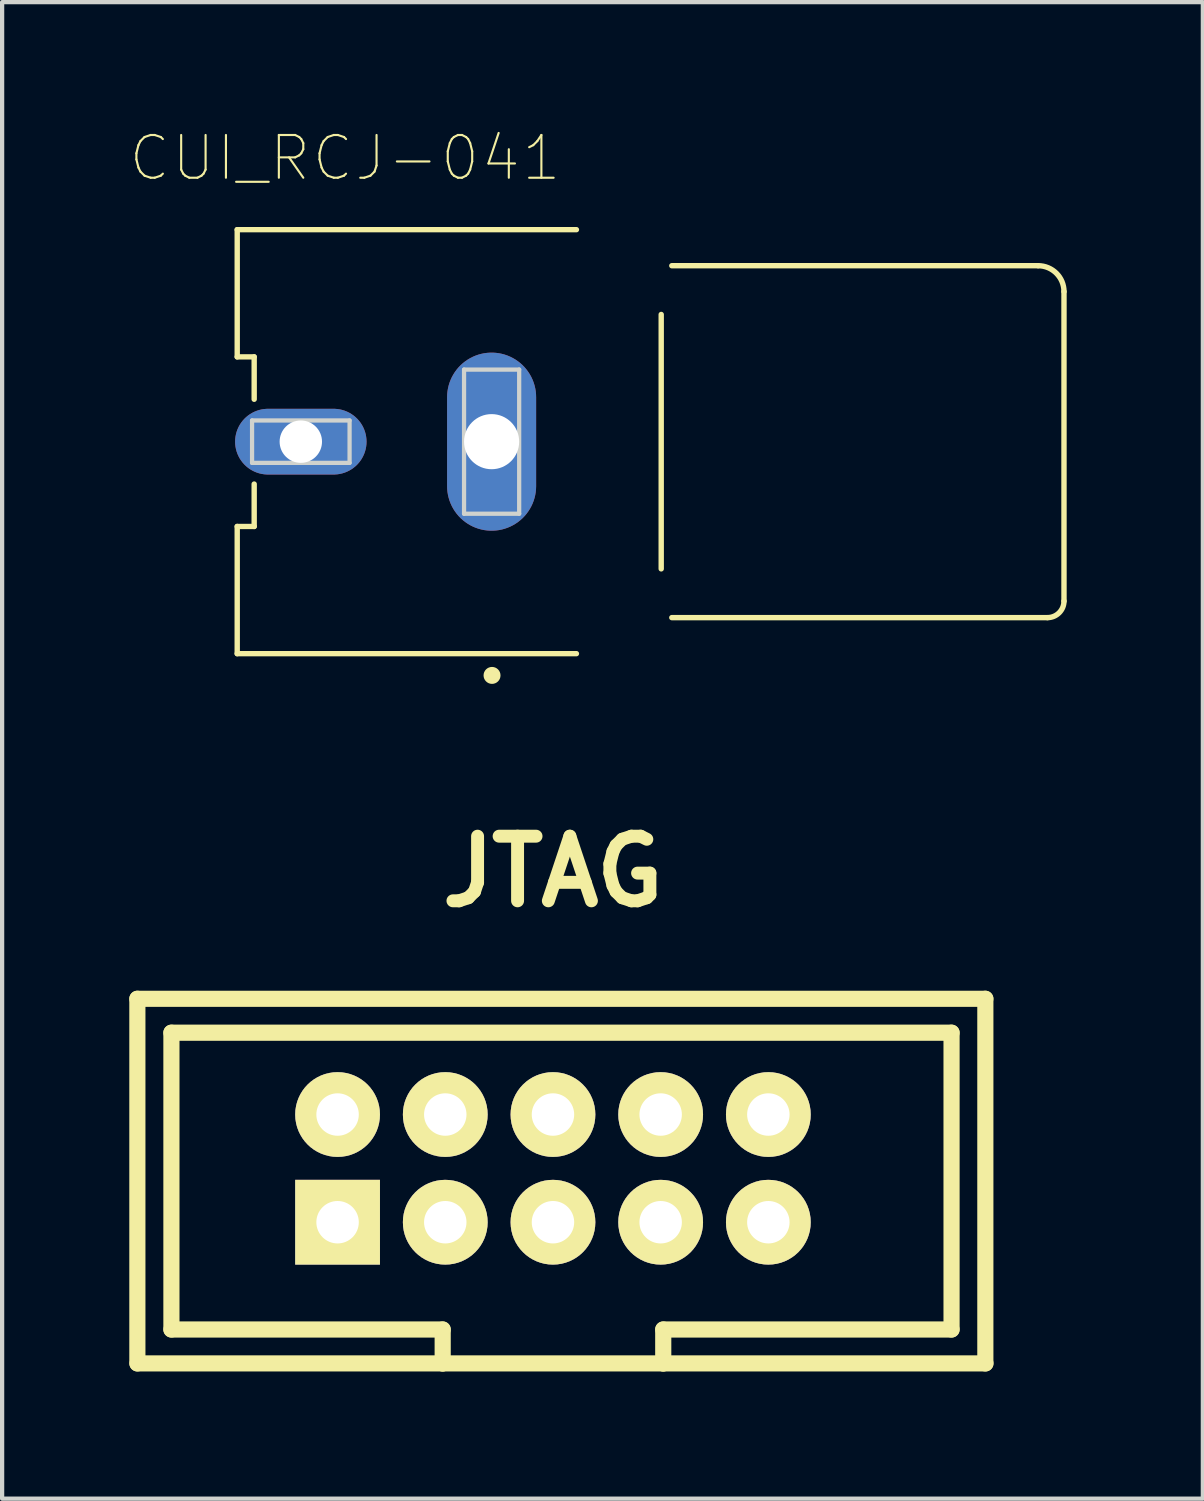
<source format=kicad_pcb>
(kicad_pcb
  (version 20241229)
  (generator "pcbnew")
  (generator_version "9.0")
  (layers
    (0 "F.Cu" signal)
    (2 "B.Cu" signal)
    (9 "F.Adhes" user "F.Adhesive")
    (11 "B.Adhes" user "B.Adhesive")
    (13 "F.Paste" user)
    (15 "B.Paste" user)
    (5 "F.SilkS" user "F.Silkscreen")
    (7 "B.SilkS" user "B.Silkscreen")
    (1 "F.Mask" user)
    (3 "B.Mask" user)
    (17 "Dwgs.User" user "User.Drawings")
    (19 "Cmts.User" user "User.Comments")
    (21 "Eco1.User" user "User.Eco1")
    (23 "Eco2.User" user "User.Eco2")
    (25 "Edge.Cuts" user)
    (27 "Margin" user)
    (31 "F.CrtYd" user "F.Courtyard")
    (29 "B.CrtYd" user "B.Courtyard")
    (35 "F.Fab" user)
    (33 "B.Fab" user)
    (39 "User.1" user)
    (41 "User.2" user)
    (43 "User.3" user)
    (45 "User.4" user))
  (footprint "CUI_RCJ-041"
    (layer "F.Cu")
    (at 12.545 7.367)
    (property "Reference" "CUI_RCJ-041" (at -7.458 -6.689 0) (layer "F.SilkS") (effects (font (size 1.008 1.008) (thickness 0.05))))
    (attr through_hole)
    (fp_line (start -10 -5) (end -2 -5) (stroke (width 0.127) (type solid)) (layer "F.SilkS"))
    (fp_line (start -10 -2) (end -10 -5) (stroke (width 0.127) (type solid)) (layer "F.SilkS"))
    (fp_line (start -10 2) (end -9.6 2) (stroke (width 0.127) (type solid)) (layer "F.SilkS"))
    (fp_line (start -10 5) (end -10 2) (stroke (width 0.127) (type solid)) (layer "F.SilkS"))
    (fp_line (start -10 5) (end -2 5) (stroke (width 0.127) (type solid)) (layer "F.SilkS"))
    (fp_line (start -9.6 -2) (end -10 -2) (stroke (width 0.127) (type solid)) (layer "F.SilkS"))
    (fp_line (start -9.6 -1) (end -9.6 -2) (stroke (width 0.127) (type solid)) (layer "F.SilkS"))
    (fp_line (start -9.6 2) (end -9.6 1) (stroke (width 0.127) (type solid)) (layer "F.SilkS"))
    (fp_line (start 0 3) (end 0 -3) (stroke (width 0.127) (type solid)) (layer "F.SilkS"))
    (fp_line (start 0.25 -4.15) (end 8.89 -4.15) (stroke (width 0.127) (type solid)) (layer "F.SilkS"))
    (fp_line (start 9.11 4.15) (end 0.25 4.15) (stroke (width 0.127) (type solid)) (layer "F.SilkS"))
    (fp_line (start 9.5 -3.54) (end 9.5 3.76) (stroke (width 0.127) (type solid)) (layer "F.SilkS"))
    (fp_arc (start 8.89 -4.15) (mid 9.321335 -3.971335) (end 9.5 -3.54) (stroke (width 0.127) (type solid)) (layer "F.SilkS"))
    (fp_arc (start 9.5 3.76) (mid 9.385772 4.035772) (end 9.11 4.15) (stroke (width 0.127) (type solid)) (layer "F.SilkS"))
    (fp_circle (center -3.99 5.513) (end -3.89 5.513) (stroke (width 0.2) (type solid)) (fill no) (layer "F.SilkS"))
    (fp_line (start -10.25 -5.25) (end -10.25 5.25) (stroke (width 0.05) (type solid)) (layer "Eco1.User"))
    (fp_line (start -10.25 5.25) (end -1.95 5.25) (stroke (width 0.05) (type solid)) (layer "Eco1.User"))
    (fp_line (start -1.95 -5.4) (end -1.95 -5.25) (stroke (width 0.05) (type solid)) (layer "Eco1.User"))
    (fp_line (start -1.95 -5.25) (end -10.25 -5.25) (stroke (width 0.05) (type solid)) (layer "Eco1.User"))
    (fp_line (start -1.95 5.25) (end -1.95 5.4) (stroke (width 0.05) (type solid)) (layer "Eco1.User"))
    (fp_line (start -1.95 5.4) (end 0.25 5.4) (stroke (width 0.05) (type solid)) (layer "Eco1.User"))
    (fp_line (start 0.25 -5.4) (end -1.95 -5.4) (stroke (width 0.05) (type solid)) (layer "Eco1.User"))
    (fp_line (start 0.25 -4.4) (end 0.25 -5.4) (stroke (width 0.05) (type solid)) (layer "Eco1.User"))
    (fp_line (start 0.25 4.4) (end 9.75 4.4) (stroke (width 0.05) (type solid)) (layer "Eco1.User"))
    (fp_line (start 0.25 5.4) (end 0.25 4.4) (stroke (width 0.05) (type solid)) (layer "Eco1.User"))
    (fp_line (start 9.75 -4.4) (end 0.25 -4.4) (stroke (width 0.05) (type solid)) (layer "Eco1.User"))
    (fp_line (start 9.75 4.4) (end 9.75 -4.4) (stroke (width 0.05) (type solid)) (layer "Eco1.User"))
    (fp_line (start -10 -5) (end -1.5 -5) (stroke (width 0.127) (type solid)) (layer "Eco2.User"))
    (fp_line (start -10 -2) (end -10 -5) (stroke (width 0.127) (type solid)) (layer "Eco2.User"))
    (fp_line (start -10 2) (end -9.6 2) (stroke (width 0.127) (type solid)) (layer "Eco2.User"))
    (fp_line (start -10 5) (end -10 2) (stroke (width 0.127) (type solid)) (layer "Eco2.User"))
    (fp_line (start -9.6 -2) (end -10 -2) (stroke (width 0.127) (type solid)) (layer "Eco2.User"))
    (fp_line (start -9.6 2) (end -9.6 -2) (stroke (width 0.127) (type solid)) (layer "Eco2.User"))
    (fp_line (start -9.59 0) (end 9.5 0) (stroke (width 0.05) (type solid)) (layer "Eco2.User"))
    (fp_line (start -1.5 -5) (end -1.5 -3.525) (stroke (width 0.127) (type solid)) (layer "Eco2.User"))
    (fp_line (start -1.5 -5) (end 0 -5) (stroke (width 0.127) (type solid)) (layer "Eco2.User"))
    (fp_line (start -1.5 -3.5) (end 0 -3.5) (stroke (width 0.127) (type solid)) (layer "Eco2.User"))
    (fp_line (start -1.5 3.5) (end 0 3.5) (stroke (width 0.127) (type solid)) (layer "Eco2.User"))
    (fp_line (start -1.5 5) (end -10 5) (stroke (width 0.127) (type solid)) (layer "Eco2.User"))
    (fp_line (start -1.5 5) (end -1.5 3.5) (stroke (width 0.127) (type solid)) (layer "Eco2.User"))
    (fp_line (start 0 -5) (end 0 -4.15) (stroke (width 0.127) (type solid)) (layer "Eco2.User"))
    (fp_line (start 0 -4.15) (end 0 -3.5) (stroke (width 0.127) (type solid)) (layer "Eco2.User"))
    (fp_line (start 0 -4.15) (end 8.91 -4.15) (stroke (width 0.127) (type solid)) (layer "Eco2.User"))
    (fp_line (start 0 -3.5) (end 0 3.5) (stroke (width 0.127) (type solid)) (layer "Eco2.User"))
    (fp_line (start 0 3.5) (end 0 4.15) (stroke (width 0.127) (type solid)) (layer "Eco2.User"))
    (fp_line (start 0 4.15) (end 0 5) (stroke (width 0.127) (type solid)) (layer "Eco2.User"))
    (fp_line (start 0 5) (end -1.5 5) (stroke (width 0.127) (type solid)) (layer "Eco2.User"))
    (fp_line (start 9.11 4.15) (end 0 4.15) (stroke (width 0.127) (type solid)) (layer "Eco2.User"))
    (fp_line (start 9.5 -3.56) (end 9.5 3.76) (stroke (width 0.127) (type solid)) (layer "Eco2.User"))
    (fp_arc (start 8.91 -4.15) (mid 9.327193 -3.977193) (end 9.5 -3.56) (stroke (width 0.127) (type solid)) (layer "Eco2.User"))
    (fp_arc (start 9.5 3.76) (mid 9.385772 4.035772) (end 9.11 4.15) (stroke (width 0.127) (type solid)) (layer "Eco2.User"))
    (fp_circle (center -3.99 5.513) (end -3.89 5.513) (stroke (width 0.2) (type solid)) (fill no) (layer "Eco2.User"))
    (fp_line (start -9.65 -0.5) (end -7.35 -0.5) (stroke (width 0.1) (type solid)) (layer "Edge.Cuts"))
    (fp_line (start -9.65 0.5) (end -9.65 -0.5) (stroke (width 0.1) (type solid)) (layer "Edge.Cuts"))
    (fp_line (start -7.35 -0.5) (end -7.35 0.5) (stroke (width 0.1) (type solid)) (layer "Edge.Cuts"))
    (fp_line (start -7.35 0.5) (end -9.65 0.5) (stroke (width 0.1) (type solid)) (layer "Edge.Cuts"))
    (fp_line (start -4.65 -1.7) (end -3.35 -1.7) (stroke (width 0.1) (type solid)) (layer "Edge.Cuts"))
    (fp_line (start -4.65 1.7) (end -4.65 -1.7) (stroke (width 0.1) (type solid)) (layer "Edge.Cuts"))
    (fp_line (start -3.35 -1.7) (end -3.35 1.7) (stroke (width 0.1) (type solid)) (layer "Edge.Cuts"))
    (fp_line (start -3.35 1.7) (end -4.65 1.7) (stroke (width 0.1) (type solid)) (layer "Edge.Cuts"))
    (fp_line (start -1.7 -5.15) (end -1.7 -3.35) (stroke (width 0.001) (type solid)) (layer "Edge.Cuts"))
    (fp_line (start -1.7 -3.35) (end 0 -3.35) (stroke (width 0.001) (type solid)) (layer "Edge.Cuts"))
    (fp_line (start -1.7 3.35) (end -1.7 5.15) (stroke (width 0.001) (type solid)) (layer "Edge.Cuts"))
    (fp_line (start -1.7 5.15) (end 0 5.15) (stroke (width 0.001) (type solid)) (layer "Edge.Cuts"))
    (fp_line (start 0 -5.15) (end -1.7 -5.15) (stroke (width 0.001) (type solid)) (layer "Edge.Cuts"))
    (fp_line (start 0 -3.35) (end 0 -5.15) (stroke (width 0.001) (type solid)) (layer "Edge.Cuts"))
    (fp_line (start 0 3.35) (end -1.7 3.35) (stroke (width 0.001) (type solid)) (layer "Edge.Cuts"))
    (fp_line (start 0 5.15) (end 0 3.35) (stroke (width 0.001) (type solid)) (layer "Edge.Cuts"))
    (pad "1" thru_hole oval (at -4 0 90) (size 4.2 2.1) (drill 1.3) (layers "*.Cu" "*.Mask"))
    (pad "2" thru_hole oval (at -8.5 0 180) (size 3.1 1.55) (drill 1) (layers "*.Cu" "*.Mask")))
  (footprint "JTAG"
    (layer "F.Cu")
    (at 9.992 24.507)
    (property "Reference" "JTAG" (at 0 -7 0) (layer "F.SilkS") (effects (font (size 1.524 1.524) (thickness 0.305))))
    (attr through_hole)
    (fp_line (start -9.802 -4) (end 10.198 -4) (stroke (width 0.381) (type solid)) (layer "F.SilkS"))
    (fp_line (start -9.802 4.6) (end -9.802 -4) (stroke (width 0.381) (type solid)) (layer "F.SilkS"))
    (fp_line (start -9.799 4.6) (end -2.601 4.6) (stroke (width 0.381) (type solid)) (layer "F.SilkS"))
    (fp_line (start -8.999 -3.2) (end -8.999 3.8) (stroke (width 0.381) (type solid)) (layer "F.SilkS"))
    (fp_line (start -8.999 3.8) (end -2.601 3.8) (stroke (width 0.381) (type solid)) (layer "F.SilkS"))
    (fp_line (start -2.601 3.8) (end -2.601 4.6) (stroke (width 0.381) (type solid)) (layer "F.SilkS"))
    (fp_line (start 2.601 3.8) (end 9.401 3.8) (stroke (width 0.381) (type solid)) (layer "F.SilkS"))
    (fp_line (start 2.601 4.6) (end -2.601 4.6) (stroke (width 0.381) (type solid)) (layer "F.SilkS"))
    (fp_line (start 2.601 4.6) (end 2.601 3.8) (stroke (width 0.381) (type solid)) (layer "F.SilkS"))
    (fp_line (start 9.401 -3.2) (end -8.999 -3.2) (stroke (width 0.381) (type solid)) (layer "F.SilkS"))
    (fp_line (start 9.401 3.8) (end 9.401 -3.2) (stroke (width 0.381) (type solid)) (layer "F.SilkS"))
    (fp_line (start 10.198 -4) (end 10.198 4.6) (stroke (width 0.381) (type solid)) (layer "F.SilkS"))
    (fp_line (start 10.201 4.6) (end 2.601 4.6) (stroke (width 0.381) (type solid)) (layer "F.SilkS"))
    (pad "1" thru_hole rect (at -5.08 1.27) (size 1.999 1.999) (drill 1.001) (layers "*.Cu" "*.Mask" "F.SilkS"))
    (pad "2" thru_hole circle (at -5.08 -1.27) (size 1.999 1.999) (drill 1.001) (layers "*.Cu" "*.Mask" "F.SilkS"))
    (pad "3" thru_hole circle (at -2.54 1.27) (size 1.999 1.999) (drill 1.001) (layers "*.Cu" "*.Mask" "F.SilkS"))
    (pad "4" thru_hole circle (at -2.54 -1.27) (size 1.999 1.999) (drill 1.001) (layers "*.Cu" "*.Mask" "F.SilkS"))
    (pad "5" thru_hole circle (at 0 1.27) (size 1.999 1.999) (drill 1.001) (layers "*.Cu" "*.Mask" "F.SilkS"))
    (pad "6" thru_hole circle (at 0 -1.27) (size 1.999 1.999) (drill 1.001) (layers "*.Cu" "*.Mask" "F.SilkS"))
    (pad "7" thru_hole circle (at 2.54 1.27) (size 1.999 1.999) (drill 1.001) (layers "*.Cu" "*.Mask" "F.SilkS"))
    (pad "8" thru_hole circle (at 2.54 -1.27) (size 1.999 1.999) (drill 1.001) (layers "*.Cu" "*.Mask" "F.SilkS"))
    (pad "9" thru_hole circle (at 5.08 1.27) (size 1.999 1.999) (drill 1.001) (layers "*.Cu" "*.Mask" "F.SilkS"))
    (pad "10" thru_hole circle (at 5.08 -1.27) (size 1.999 1.999) (drill 1.001) (layers "*.Cu" "*.Mask" "F.SilkS")))
  (gr_rect
    (start -3 -3)
    (end 25.32 32.297)
    (stroke (width 0.1) (type default))
    (fill no)
    (layer "Edge.Cuts")))
</source>
